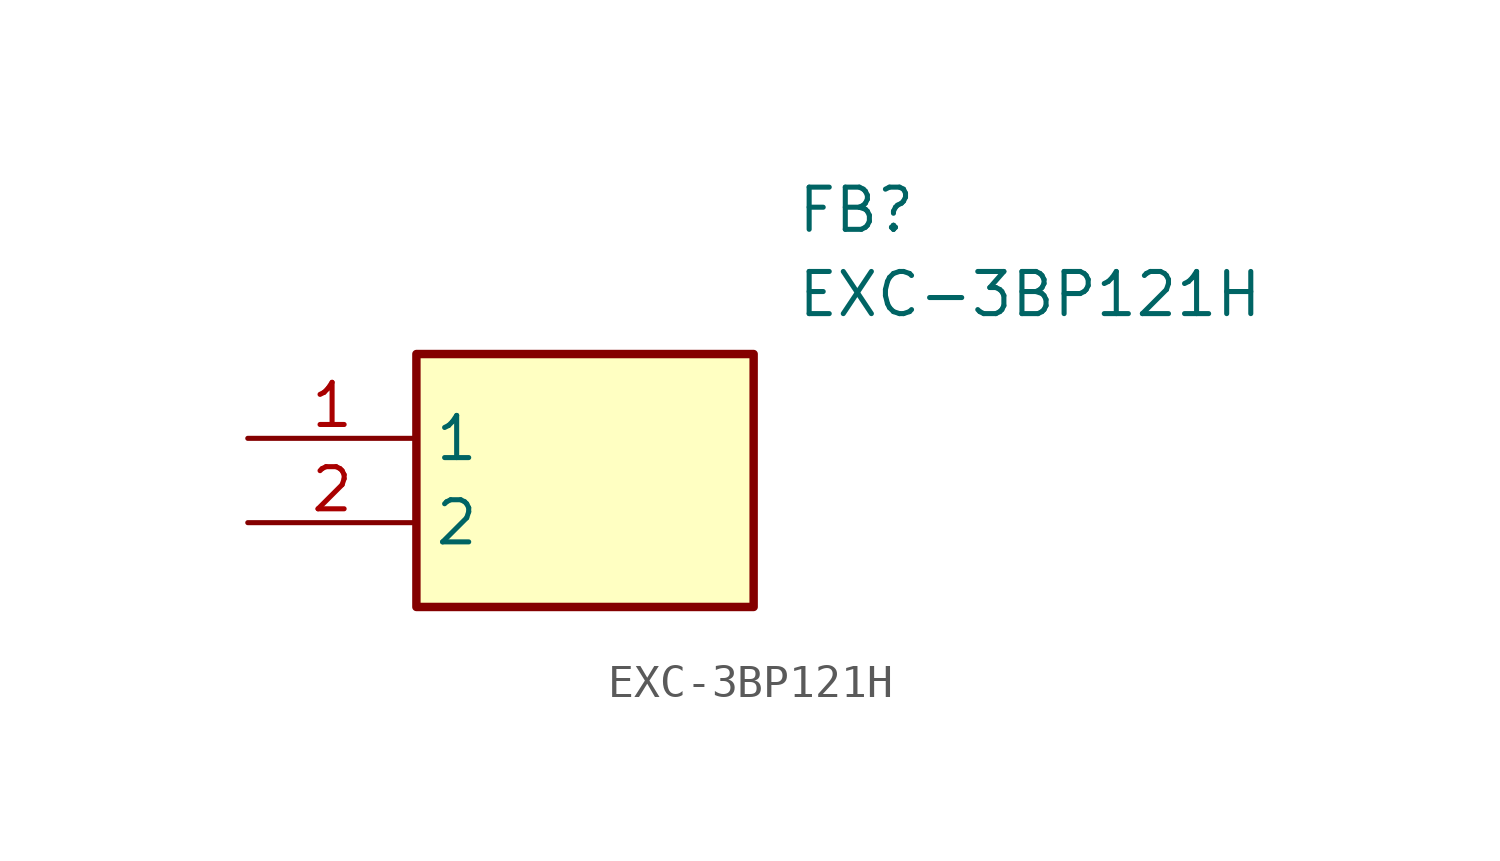
<source format=kicad_sym>
(kicad_symbol_lib
  (version 20211014)
  (generator SamacSys_ECAD_Model)
  (symbol "EXC-3BP121H"
    (property "Reference" "FB"
      (at 16.51 7.62 0)
      (effects (font (size 1.27 1.27)) (justify left top)))
    (property "Value" "EXC-3BP121H"
      (at 16.51 5.08 0)
      (effects (font (size 1.27 1.27)) (justify left top)))
    (rectangle
      (start 5.08 2.54)
      (end 15.24 -5.08)
      (stroke (width 0.254) (type default))
      (fill (type background)))
    (pin passive line
      (at 0 0 0)
      (length 5.08)
      (name "1" (effects (font (size 1.27 1.27))))
      (number "1" (effects (font (size 1.27 1.27)))))
    (pin passive line
      (at 0 -2.54 0)
      (length 5.08)
      (name "2" (effects (font (size 1.27 1.27))))
      (number "2" (effects (font (size 1.27 1.27)))))))
</source>
